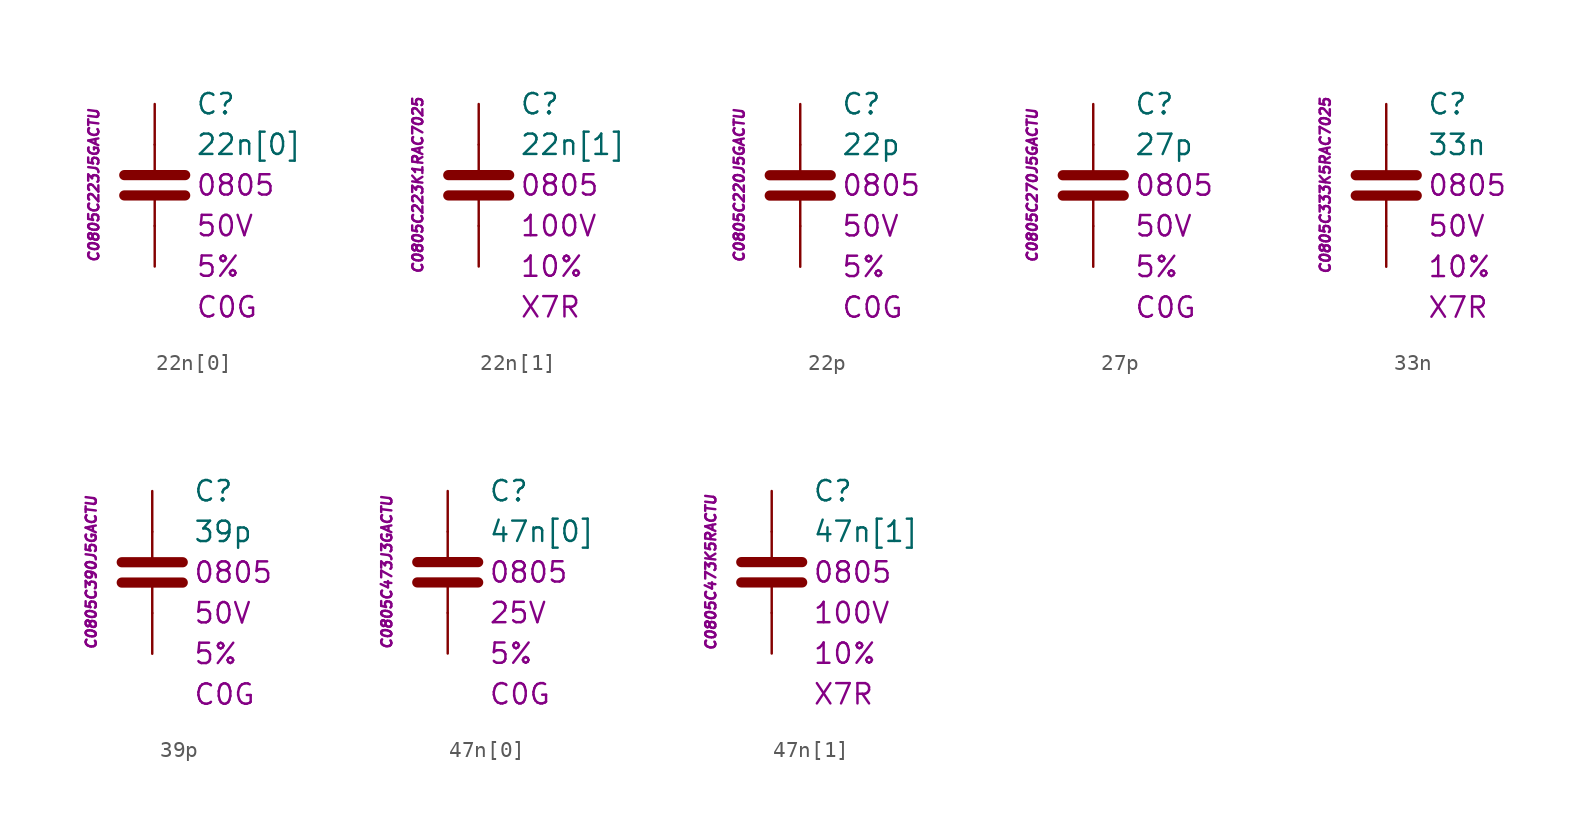
<source format=kicad_sym>
(kicad_symbol_lib
  (version 20201005)
  (generator kicad_symbol_editor)
  (symbol "C.Kemet.MLCC.0805:22n[0]"
    (pin_numbers hide)
    (pin_names
      (offset 1.016) hide)
    (property "Reference" "C"
      (at 2.54 5.08 0)
      (effects (font (size 1.27 1.27)) (justify left)))
    (property "Value" "22n[0]"
      (at 2.54 2.54 0)
      (effects (font (size 1.27 1.27)) (justify left)))
    (property "Package" "0805"
      (at 2.54 0 0)
      (effects (font (size 1.27 1.27)) (justify left)))
    (property "Voltage" "50V"
      (at 2.54 -2.54 0)
      (effects (font (size 1.27 1.27)) (justify left)))
    (property "Tolerance" "5%"
      (at 2.54 -5.08 0)
      (effects (font (size 1.27 1.27)) (justify left)))
    (property "Dielectric" "C0G"
      (at 2.54 -7.62 0)
      (effects (font (size 1.27 1.27)) (justify left)))
    (property "ID" "C0805C223J5GACTU"
      (at -3.81 0 90)
      (effects (font (size 0.635 0.635) italic)))
    (symbol "22n[0]_0_1"
      (polyline (pts (xy -1.905 -0.635) (xy 1.905 -0.635)) (stroke (width 0.635)) (fill (type none)))
      (polyline (pts (xy -1.905 0.635) (xy 1.905 0.635)) (stroke (width 0.635)) (fill (type none)))
      (polyline (pts (xy 0 -2.54) (xy 0 -0.635)) (stroke (width 0.152)) (fill (type none)))
      (polyline (pts (xy 0 0.635) (xy 0 2.54)) (stroke (width 0.152)) (fill (type none))))
    (symbol "22n[0]_1_1"
      (pin passive line (at 0 5.08 270) (length 2.54) (name "~" (effects (font (size 1.778 1.778)))) (number "1" (effects (font (size 1.778 1.778)))))
      (pin passive line (at 0 -5.08 90) (length 2.54) (name "~" (effects (font (size 1.778 1.778)))) (number "2" (effects (font (size 1.778 1.778)))))))
  (symbol "C.Kemet.MLCC.0805:22n[1]"
    (pin_numbers hide)
    (pin_names
      (offset 1.016) hide)
    (property "Reference" "C"
      (at 2.54 5.08 0)
      (effects (font (size 1.27 1.27)) (justify left)))
    (property "Value" "22n[1]"
      (at 2.54 2.54 0)
      (effects (font (size 1.27 1.27)) (justify left)))
    (property "Package" "0805"
      (at 2.54 0 0)
      (effects (font (size 1.27 1.27)) (justify left)))
    (property "Voltage" "100V"
      (at 2.54 -2.54 0)
      (effects (font (size 1.27 1.27)) (justify left)))
    (property "Tolerance" "10%"
      (at 2.54 -5.08 0)
      (effects (font (size 1.27 1.27)) (justify left)))
    (property "Dielectric" "X7R"
      (at 2.54 -7.62 0)
      (effects (font (size 1.27 1.27)) (justify left)))
    (property "ID" "C0805C223K1RAC7025"
      (at -3.81 0 90)
      (effects (font (size 0.635 0.635) italic)))
    (symbol "22n[1]_0_1"
      (polyline (pts (xy -1.905 -0.635) (xy 1.905 -0.635)) (stroke (width 0.635)) (fill (type none)))
      (polyline (pts (xy -1.905 0.635) (xy 1.905 0.635)) (stroke (width 0.635)) (fill (type none)))
      (polyline (pts (xy 0 -2.54) (xy 0 -0.635)) (stroke (width 0.152)) (fill (type none)))
      (polyline (pts (xy 0 0.635) (xy 0 2.54)) (stroke (width 0.152)) (fill (type none))))
    (symbol "22n[1]_1_1"
      (pin passive line (at 0 5.08 270) (length 2.54) (name "~" (effects (font (size 1.778 1.778)))) (number "1" (effects (font (size 1.778 1.778)))))
      (pin passive line (at 0 -5.08 90) (length 2.54) (name "~" (effects (font (size 1.778 1.778)))) (number "2" (effects (font (size 1.778 1.778)))))))
  (symbol "C.Kemet.MLCC.0805:22p"
    (pin_numbers hide)
    (pin_names
      (offset 1.016) hide)
    (property "Reference" "C"
      (at 2.54 5.08 0)
      (effects (font (size 1.27 1.27)) (justify left)))
    (property "Value" "22p"
      (at 2.54 2.54 0)
      (effects (font (size 1.27 1.27)) (justify left)))
    (property "Package" "0805"
      (at 2.54 0 0)
      (effects (font (size 1.27 1.27)) (justify left)))
    (property "Voltage" "50V"
      (at 2.54 -2.54 0)
      (effects (font (size 1.27 1.27)) (justify left)))
    (property "Tolerance" "5%"
      (at 2.54 -5.08 0)
      (effects (font (size 1.27 1.27)) (justify left)))
    (property "Dielectric" "C0G"
      (at 2.54 -7.62 0)
      (effects (font (size 1.27 1.27)) (justify left)))
    (property "ID" "C0805C220J5GACTU"
      (at -3.81 0 90)
      (effects (font (size 0.635 0.635) italic)))
    (symbol "22p_0_1"
      (polyline (pts (xy -1.905 -0.635) (xy 1.905 -0.635)) (stroke (width 0.635)) (fill (type none)))
      (polyline (pts (xy -1.905 0.635) (xy 1.905 0.635)) (stroke (width 0.635)) (fill (type none)))
      (polyline (pts (xy 0 -2.54) (xy 0 -0.635)) (stroke (width 0.152)) (fill (type none)))
      (polyline (pts (xy 0 0.635) (xy 0 2.54)) (stroke (width 0.152)) (fill (type none))))
    (symbol "22p_1_1"
      (pin passive line (at 0 5.08 270) (length 2.54) (name "~" (effects (font (size 1.778 1.778)))) (number "1" (effects (font (size 1.778 1.778)))))
      (pin passive line (at 0 -5.08 90) (length 2.54) (name "~" (effects (font (size 1.778 1.778)))) (number "2" (effects (font (size 1.778 1.778)))))))
  (symbol "C.Kemet.MLCC.0805:27p"
    (pin_numbers hide)
    (pin_names
      (offset 1.016) hide)
    (property "Reference" "C"
      (at 2.54 5.08 0)
      (effects (font (size 1.27 1.27)) (justify left)))
    (property "Value" "27p"
      (at 2.54 2.54 0)
      (effects (font (size 1.27 1.27)) (justify left)))
    (property "Package" "0805"
      (at 2.54 0 0)
      (effects (font (size 1.27 1.27)) (justify left)))
    (property "Voltage" "50V"
      (at 2.54 -2.54 0)
      (effects (font (size 1.27 1.27)) (justify left)))
    (property "Tolerance" "5%"
      (at 2.54 -5.08 0)
      (effects (font (size 1.27 1.27)) (justify left)))
    (property "Dielectric" "C0G"
      (at 2.54 -7.62 0)
      (effects (font (size 1.27 1.27)) (justify left)))
    (property "ID" "C0805C270J5GACTU"
      (at -3.81 0 90)
      (effects (font (size 0.635 0.635) italic)))
    (symbol "27p_0_1"
      (polyline (pts (xy -1.905 -0.635) (xy 1.905 -0.635)) (stroke (width 0.635)) (fill (type none)))
      (polyline (pts (xy -1.905 0.635) (xy 1.905 0.635)) (stroke (width 0.635)) (fill (type none)))
      (polyline (pts (xy 0 -2.54) (xy 0 -0.635)) (stroke (width 0.152)) (fill (type none)))
      (polyline (pts (xy 0 0.635) (xy 0 2.54)) (stroke (width 0.152)) (fill (type none))))
    (symbol "27p_1_1"
      (pin passive line (at 0 5.08 270) (length 2.54) (name "~" (effects (font (size 1.778 1.778)))) (number "1" (effects (font (size 1.778 1.778)))))
      (pin passive line (at 0 -5.08 90) (length 2.54) (name "~" (effects (font (size 1.778 1.778)))) (number "2" (effects (font (size 1.778 1.778)))))))
  (symbol "C.Kemet.MLCC.0805:33n"
    (pin_numbers hide)
    (pin_names
      (offset 1.016) hide)
    (property "Reference" "C"
      (at 2.54 5.08 0)
      (effects (font (size 1.27 1.27)) (justify left)))
    (property "Value" "33n"
      (at 2.54 2.54 0)
      (effects (font (size 1.27 1.27)) (justify left)))
    (property "Package" "0805"
      (at 2.54 0 0)
      (effects (font (size 1.27 1.27)) (justify left)))
    (property "Voltage" "50V"
      (at 2.54 -2.54 0)
      (effects (font (size 1.27 1.27)) (justify left)))
    (property "Tolerance" "10%"
      (at 2.54 -5.08 0)
      (effects (font (size 1.27 1.27)) (justify left)))
    (property "Dielectric" "X7R"
      (at 2.54 -7.62 0)
      (effects (font (size 1.27 1.27)) (justify left)))
    (property "ID" "C0805C333K5RAC7025"
      (at -3.81 0 90)
      (effects (font (size 0.635 0.635) italic)))
    (symbol "33n_0_1"
      (polyline (pts (xy -1.905 -0.635) (xy 1.905 -0.635)) (stroke (width 0.635)) (fill (type none)))
      (polyline (pts (xy -1.905 0.635) (xy 1.905 0.635)) (stroke (width 0.635)) (fill (type none)))
      (polyline (pts (xy 0 -2.54) (xy 0 -0.635)) (stroke (width 0.152)) (fill (type none)))
      (polyline (pts (xy 0 0.635) (xy 0 2.54)) (stroke (width 0.152)) (fill (type none))))
    (symbol "33n_1_1"
      (pin passive line (at 0 5.08 270) (length 2.54) (name "~" (effects (font (size 1.778 1.778)))) (number "1" (effects (font (size 1.778 1.778)))))
      (pin passive line (at 0 -5.08 90) (length 2.54) (name "~" (effects (font (size 1.778 1.778)))) (number "2" (effects (font (size 1.778 1.778)))))))
  (symbol "C.Kemet.MLCC.0805:39p"
    (pin_numbers hide)
    (pin_names
      (offset 1.016) hide)
    (property "Reference" "C"
      (at 2.54 5.08 0)
      (effects (font (size 1.27 1.27)) (justify left)))
    (property "Value" "39p"
      (at 2.54 2.54 0)
      (effects (font (size 1.27 1.27)) (justify left)))
    (property "Package" "0805"
      (at 2.54 0 0)
      (effects (font (size 1.27 1.27)) (justify left)))
    (property "Voltage" "50V"
      (at 2.54 -2.54 0)
      (effects (font (size 1.27 1.27)) (justify left)))
    (property "Tolerance" "5%"
      (at 2.54 -5.08 0)
      (effects (font (size 1.27 1.27)) (justify left)))
    (property "Dielectric" "C0G"
      (at 2.54 -7.62 0)
      (effects (font (size 1.27 1.27)) (justify left)))
    (property "ID" "C0805C390J5GACTU"
      (at -3.81 0 90)
      (effects (font (size 0.635 0.635) italic)))
    (symbol "39p_0_1"
      (polyline (pts (xy -1.905 -0.635) (xy 1.905 -0.635)) (stroke (width 0.635)) (fill (type none)))
      (polyline (pts (xy -1.905 0.635) (xy 1.905 0.635)) (stroke (width 0.635)) (fill (type none)))
      (polyline (pts (xy 0 -2.54) (xy 0 -0.635)) (stroke (width 0.152)) (fill (type none)))
      (polyline (pts (xy 0 0.635) (xy 0 2.54)) (stroke (width 0.152)) (fill (type none))))
    (symbol "39p_1_1"
      (pin passive line (at 0 5.08 270) (length 2.54) (name "~" (effects (font (size 1.778 1.778)))) (number "1" (effects (font (size 1.778 1.778)))))
      (pin passive line (at 0 -5.08 90) (length 2.54) (name "~" (effects (font (size 1.778 1.778)))) (number "2" (effects (font (size 1.778 1.778)))))))
  (symbol "C.Kemet.MLCC.0805:47n[0]"
    (pin_numbers hide)
    (pin_names
      (offset 1.016) hide)
    (property "Reference" "C"
      (at 2.54 5.08 0)
      (effects (font (size 1.27 1.27)) (justify left)))
    (property "Value" "47n[0]"
      (at 2.54 2.54 0)
      (effects (font (size 1.27 1.27)) (justify left)))
    (property "Package" "0805"
      (at 2.54 0 0)
      (effects (font (size 1.27 1.27)) (justify left)))
    (property "Voltage" "25V"
      (at 2.54 -2.54 0)
      (effects (font (size 1.27 1.27)) (justify left)))
    (property "Tolerance" "5%"
      (at 2.54 -5.08 0)
      (effects (font (size 1.27 1.27)) (justify left)))
    (property "Dielectric" "C0G"
      (at 2.54 -7.62 0)
      (effects (font (size 1.27 1.27)) (justify left)))
    (property "ID" "C0805C473J3GACTU"
      (at -3.81 0 90)
      (effects (font (size 0.635 0.635) italic)))
    (symbol "47n[0]_0_1"
      (polyline (pts (xy -1.905 -0.635) (xy 1.905 -0.635)) (stroke (width 0.635)) (fill (type none)))
      (polyline (pts (xy -1.905 0.635) (xy 1.905 0.635)) (stroke (width 0.635)) (fill (type none)))
      (polyline (pts (xy 0 -2.54) (xy 0 -0.635)) (stroke (width 0.152)) (fill (type none)))
      (polyline (pts (xy 0 0.635) (xy 0 2.54)) (stroke (width 0.152)) (fill (type none))))
    (symbol "47n[0]_1_1"
      (pin passive line (at 0 5.08 270) (length 2.54) (name "~" (effects (font (size 1.778 1.778)))) (number "1" (effects (font (size 1.778 1.778)))))
      (pin passive line (at 0 -5.08 90) (length 2.54) (name "~" (effects (font (size 1.778 1.778)))) (number "2" (effects (font (size 1.778 1.778)))))))
  (symbol "C.Kemet.MLCC.0805:47n[1]"
    (pin_numbers hide)
    (pin_names
      (offset 1.016) hide)
    (property "Reference" "C"
      (at 2.54 5.08 0)
      (effects (font (size 1.27 1.27)) (justify left)))
    (property "Value" "47n[1]"
      (at 2.54 2.54 0)
      (effects (font (size 1.27 1.27)) (justify left)))
    (property "Package" "0805"
      (at 2.54 0 0)
      (effects (font (size 1.27 1.27)) (justify left)))
    (property "Voltage" "100V"
      (at 2.54 -2.54 0)
      (effects (font (size 1.27 1.27)) (justify left)))
    (property "Tolerance" "10%"
      (at 2.54 -5.08 0)
      (effects (font (size 1.27 1.27)) (justify left)))
    (property "Dielectric" "X7R"
      (at 2.54 -7.62 0)
      (effects (font (size 1.27 1.27)) (justify left)))
    (property "ID" "C0805C473K5RACTU"
      (at -3.81 0 90)
      (effects (font (size 0.635 0.635) italic)))
    (symbol "47n[1]_0_1"
      (polyline (pts (xy -1.905 -0.635) (xy 1.905 -0.635)) (stroke (width 0.635)) (fill (type none)))
      (polyline (pts (xy -1.905 0.635) (xy 1.905 0.635)) (stroke (width 0.635)) (fill (type none)))
      (polyline (pts (xy 0 -2.54) (xy 0 -0.635)) (stroke (width 0.152)) (fill (type none)))
      (polyline (pts (xy 0 0.635) (xy 0 2.54)) (stroke (width 0.152)) (fill (type none))))
    (symbol "47n[1]_1_1"
      (pin passive line (at 0 5.08 270) (length 2.54) (name "~" (effects (font (size 1.778 1.778)))) (number "1" (effects (font (size 1.778 1.778)))))
      (pin passive line (at 0 -5.08 90) (length 2.54) (name "~" (effects (font (size 1.778 1.778)))) (number "2" (effects (font (size 1.778 1.778))))))))
</source>
